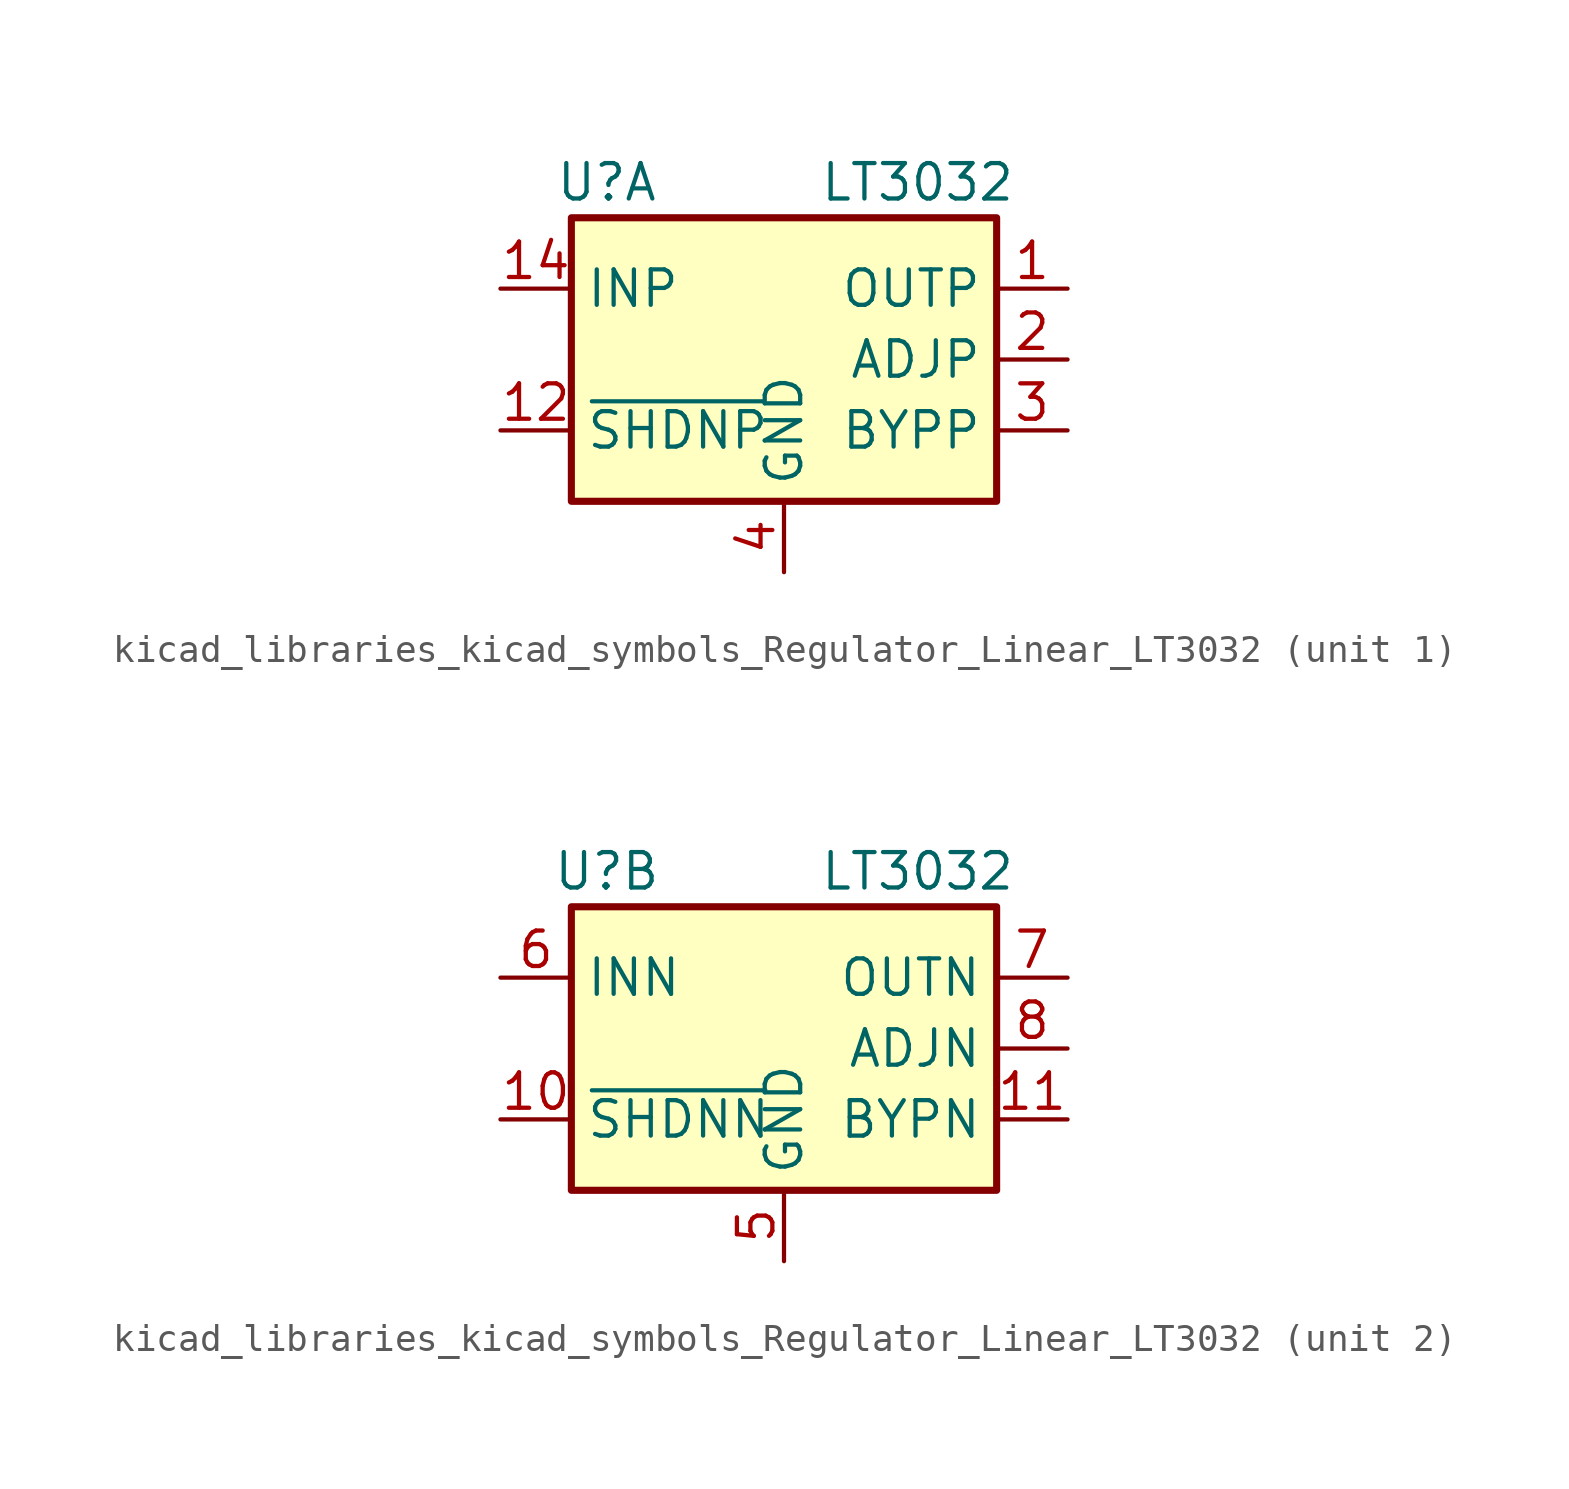
<source format=kicad_sym>
(kicad_symbol_lib
  (version 20220914)
  (generator kicad_symbol_editor)
  (symbol "kicad_libraries_kicad_symbols_Regulator_Linear_LT3032"
    (property "Reference" "U"
      (at -6.35 6.35 0)
      (effects (font (size 1.27 1.27))))
    (property "Value" "LT3032"
      (at 1.27 6.35 0)
      (effects (font (size 1.27 1.27)) (justify left)))
    (property "ki_locked" ""
      (at 0 0 0)
      (effects (font (size 1.27 1.27))))
    (symbol "kicad_libraries_kicad_symbols_Regulator_Linear_LT3032_0_1"
      (rectangle (start -7.62 5.08) (end 7.62 -5.08) (stroke (width 0.254) (type default)) (fill (type background))))
    (symbol "kicad_libraries_kicad_symbols_Regulator_Linear_LT3032_1_1"
      (pin power_out line (at 10.16 2.54 180) (length 2.54) (name "OUTP" (effects (font (size 1.27 1.27)))) (number "1" (effects (font (size 1.27 1.27)))))
      (pin input line (at -10.16 -2.54 0) (length 2.54) (name "~{SHDNP}" (effects (font (size 1.27 1.27)))) (number "12" (effects (font (size 1.27 1.27)))))
      (pin no_connect line (at 7.62 -5.08 180) (length 2.54) hide (name "NC" (effects (font (size 1.27 1.27)))) (number "13" (effects (font (size 1.27 1.27)))))
      (pin power_in line (at -10.16 2.54 0) (length 2.54) (name "INP" (effects (font (size 1.27 1.27)))) (number "14" (effects (font (size 1.27 1.27)))))
      (pin input line (at 10.16 0 180) (length 2.54) (name "ADJP" (effects (font (size 1.27 1.27)))) (number "2" (effects (font (size 1.27 1.27)))))
      (pin passive line (at 10.16 -2.54 180) (length 2.54) (name "BYPP" (effects (font (size 1.27 1.27)))) (number "3" (effects (font (size 1.27 1.27)))))
      (pin power_in line (at 0 -7.62 90) (length 2.54) (name "GND" (effects (font (size 1.27 1.27)))) (number "4" (effects (font (size 1.27 1.27))))))
    (symbol "kicad_libraries_kicad_symbols_Regulator_Linear_LT3032_2_1"
      (pin input line (at -10.16 -2.54 0) (length 2.54) (name "~{SHDNN}" (effects (font (size 1.27 1.27)))) (number "10" (effects (font (size 1.27 1.27)))))
      (pin passive line (at 10.16 -2.54 180) (length 2.54) (name "BYPN" (effects (font (size 1.27 1.27)))) (number "11" (effects (font (size 1.27 1.27)))))
      (pin power_in line (at 0 -7.62 90) (length 2.54) (name "GND" (effects (font (size 1.27 1.27)))) (number "5" (effects (font (size 1.27 1.27)))))
      (pin power_in line (at -10.16 2.54 0) (length 2.54) (name "INN" (effects (font (size 1.27 1.27)))) (number "6" (effects (font (size 1.27 1.27)))))
      (pin power_out line (at 10.16 2.54 180) (length 2.54) (name "OUTN" (effects (font (size 1.27 1.27)))) (number "7" (effects (font (size 1.27 1.27)))))
      (pin input line (at 10.16 0 180) (length 2.54) (name "ADJN" (effects (font (size 1.27 1.27)))) (number "8" (effects (font (size 1.27 1.27)))))
      (pin passive line (at -10.16 2.54 0) (length 2.54) hide (name "INN" (effects (font (size 1.27 1.27)))) (number "9" (effects (font (size 1.27 1.27))))))))
</source>
